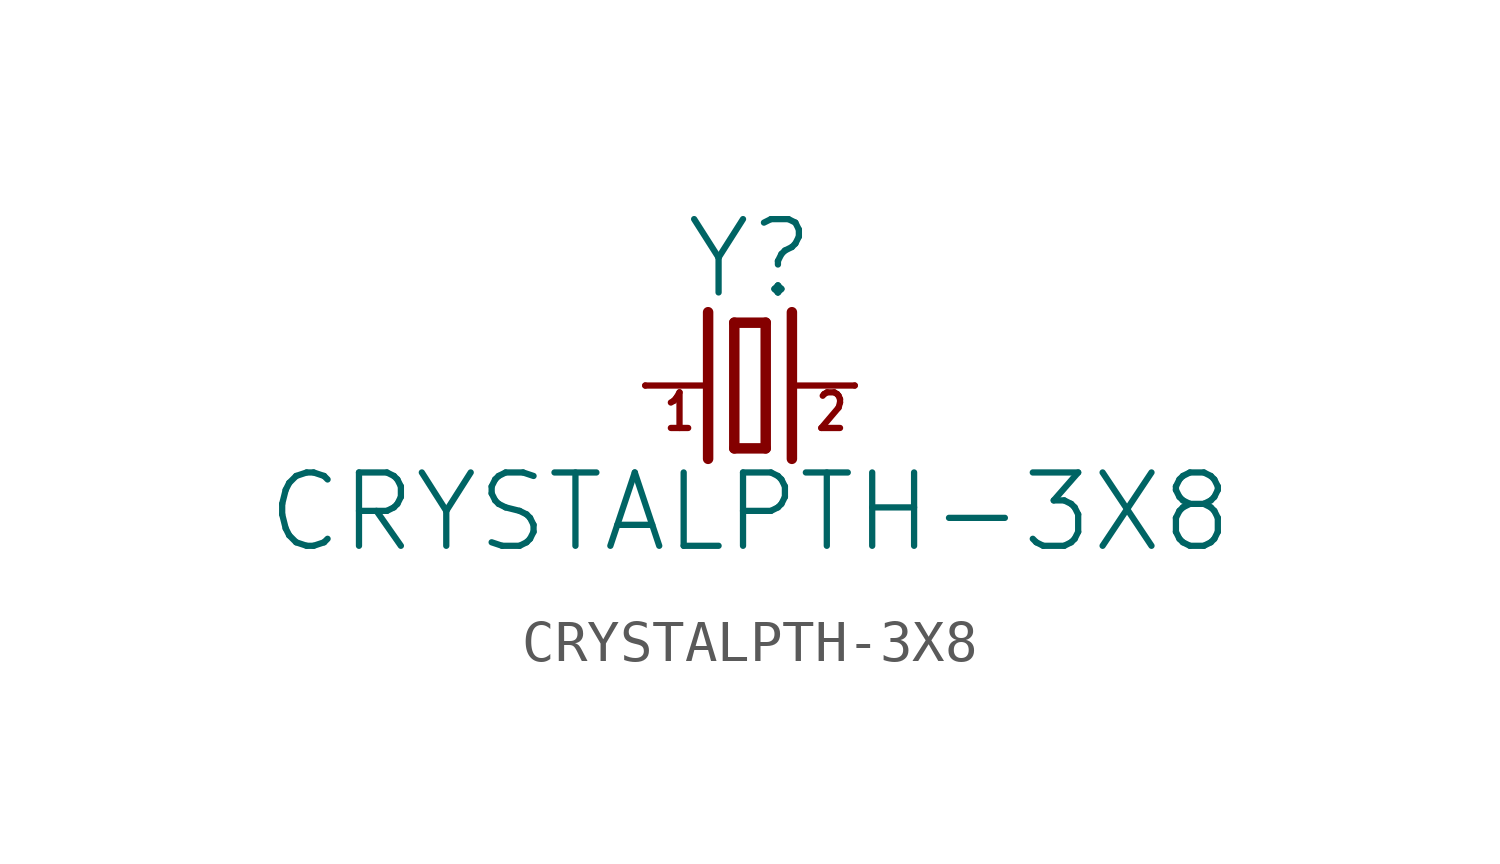
<source format=kicad_sym>
(kicad_symbol_lib
  (version 20211014)
  (generator kicad_symbol_editor)
  (symbol "CRYSTALPTH-3X8"
    (property "Reference" "Y"
      (at 0 2.032 0)
      (effects (font (size 1.778 1.778)) (justify bottom)))
    (property "Value" "CRYSTALPTH-3X8"
      (at 0 -2.032 0)
      (effects (font (size 1.778 1.778)) (justify top)))
    (property "ki_locked" ""
      (at 0 0 0)
      (effects (font (size 1.27 1.27))))
    (symbol "CRYSTALPTH-3X8_1_0"
      (polyline (pts (xy -2.54 0) (xy -1.016 0)) (stroke (width 0.152) (type default) (color 0 0 0 0)) (fill (type none)))
      (polyline (pts (xy -1.016 1.778) (xy -1.016 -1.778)) (stroke (width 0.254) (type default) (color 0 0 0 0)) (fill (type none)))
      (polyline (pts (xy -0.381 -1.524) (xy 0.381 -1.524)) (stroke (width 0.254) (type default) (color 0 0 0 0)) (fill (type none)))
      (polyline (pts (xy -0.381 1.524) (xy -0.381 -1.524)) (stroke (width 0.254) (type default) (color 0 0 0 0)) (fill (type none)))
      (polyline (pts (xy 0.381 -1.524) (xy 0.381 1.524)) (stroke (width 0.254) (type default) (color 0 0 0 0)) (fill (type none)))
      (polyline (pts (xy 0.381 1.524) (xy -0.381 1.524)) (stroke (width 0.254) (type default) (color 0 0 0 0)) (fill (type none)))
      (polyline (pts (xy 1.016 0) (xy 2.54 0)) (stroke (width 0.152) (type default) (color 0 0 0 0)) (fill (type none)))
      (polyline (pts (xy 1.016 1.778) (xy 1.016 -1.778)) (stroke (width 0.254) (type default) (color 0 0 0 0)) (fill (type none)))
      (text "1" (at -2.159 -1.143 0) (effects (font (size 0.864 0.734)) (justify left bottom)))
      (text "2" (at 1.524 -1.143 0) (effects (font (size 0.864 0.734)) (justify left bottom)))
      (pin passive line (at -2.54 0 0) (length 0) (name "1" (effects (font (size 0 0)))) (number "1" (effects (font (size 0 0)))))
      (pin passive line (at 2.54 0 180) (length 0) (name "2" (effects (font (size 0 0)))) (number "2" (effects (font (size 0 0))))))))
</source>
